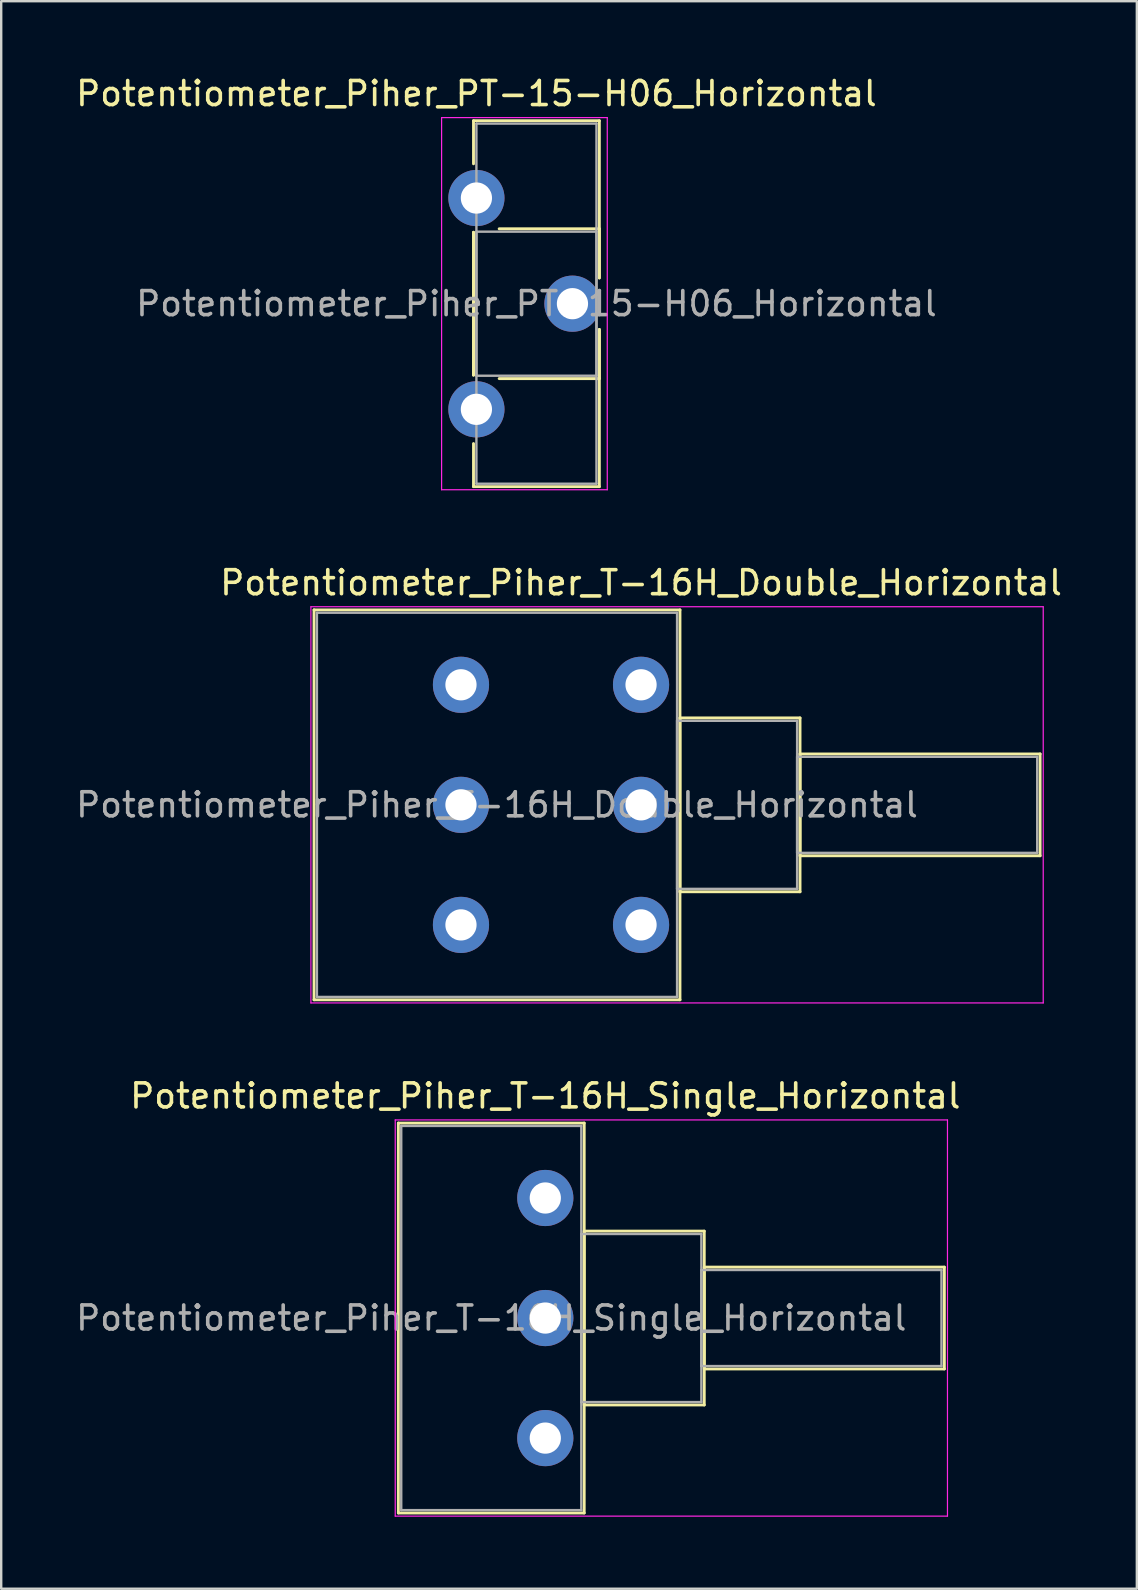
<source format=kicad_pcb>
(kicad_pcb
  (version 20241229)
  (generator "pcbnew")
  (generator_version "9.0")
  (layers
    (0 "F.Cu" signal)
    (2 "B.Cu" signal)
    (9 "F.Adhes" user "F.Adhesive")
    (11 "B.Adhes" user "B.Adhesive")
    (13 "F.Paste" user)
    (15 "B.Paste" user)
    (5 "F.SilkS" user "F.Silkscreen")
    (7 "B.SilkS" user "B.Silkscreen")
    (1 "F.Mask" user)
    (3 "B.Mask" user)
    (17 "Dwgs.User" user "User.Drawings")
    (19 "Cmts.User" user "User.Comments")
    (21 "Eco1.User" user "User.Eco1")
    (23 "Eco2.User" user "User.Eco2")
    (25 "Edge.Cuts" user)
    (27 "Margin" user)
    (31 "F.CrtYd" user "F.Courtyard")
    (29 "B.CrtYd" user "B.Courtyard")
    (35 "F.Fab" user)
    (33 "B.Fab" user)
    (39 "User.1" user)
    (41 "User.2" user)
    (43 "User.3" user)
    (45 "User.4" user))
  (footprint "Potentiometer_Piher_PT-15-H06_Horizontal"
    (layer "F.Cu")
    (at 16.792 5.198)
    (property "Reference" "Potentiometer_Piher_PT-15-H06_Horizontal" (at 0 -4.35 0) (layer "F.SilkS") (effects (font (size 1 1) (thickness 0.15))))
    (attr through_hole)
    (fp_line (start -0.121 -3.22) (end -0.121 -1.426) (stroke (width 0.12) (type solid)) (layer "F.SilkS"))
    (fp_line (start -0.121 -3.22) (end 5.12 -3.22) (stroke (width 0.12) (type solid)) (layer "F.SilkS"))
    (fp_line (start -0.121 1.426) (end -0.121 7.376) (stroke (width 0.12) (type solid)) (layer "F.SilkS"))
    (fp_line (start -0.121 1.426) (end -0.121 7.376) (stroke (width 0.12) (type solid)) (layer "F.SilkS"))
    (fp_line (start -0.121 10.226) (end -0.121 12.02) (stroke (width 0.12) (type solid)) (layer "F.SilkS"))
    (fp_line (start -0.121 12.02) (end 5.12 12.02) (stroke (width 0.12) (type solid)) (layer "F.SilkS"))
    (fp_line (start 0.948 1.281) (end 5.12 1.281) (stroke (width 0.12) (type solid)) (layer "F.SilkS"))
    (fp_line (start 0.948 7.52) (end 5.12 7.52) (stroke (width 0.12) (type solid)) (layer "F.SilkS"))
    (fp_line (start 5.12 -3.22) (end 5.12 3.328) (stroke (width 0.12) (type solid)) (layer "F.SilkS"))
    (fp_line (start 5.12 1.281) (end 5.12 3.328) (stroke (width 0.12) (type solid)) (layer "F.SilkS"))
    (fp_line (start 5.12 5.473) (end 5.12 7.52) (stroke (width 0.12) (type solid)) (layer "F.SilkS"))
    (fp_line (start 5.12 5.473) (end 5.12 12.02) (stroke (width 0.12) (type solid)) (layer "F.SilkS"))
    (fp_line (start -1.45 -3.35) (end -1.45 12.15) (stroke (width 0.05) (type solid)) (layer "F.CrtYd"))
    (fp_line (start -1.45 12.15) (end 5.45 12.15) (stroke (width 0.05) (type solid)) (layer "F.CrtYd"))
    (fp_line (start 5.45 -3.35) (end -1.45 -3.35) (stroke (width 0.05) (type solid)) (layer "F.CrtYd"))
    (fp_line (start 5.45 12.15) (end 5.45 -3.35) (stroke (width 0.05) (type solid)) (layer "F.CrtYd"))
    (fp_line (start 0 -3.1) (end 5 -3.1) (stroke (width 0.1) (type solid)) (layer "F.Fab"))
    (fp_line (start 0 1.4) (end 0 7.4) (stroke (width 0.1) (type solid)) (layer "F.Fab"))
    (fp_line (start 0 7.4) (end 5 7.4) (stroke (width 0.1) (type solid)) (layer "F.Fab"))
    (fp_line (start 0 11.9) (end 0 -3.1) (stroke (width 0.1) (type solid)) (layer "F.Fab"))
    (fp_line (start 5 -3.1) (end 5 11.9) (stroke (width 0.1) (type solid)) (layer "F.Fab"))
    (fp_line (start 5 1.4) (end 0 1.4) (stroke (width 0.1) (type solid)) (layer "F.Fab"))
    (fp_line (start 5 7.4) (end 5 1.4) (stroke (width 0.1) (type solid)) (layer "F.Fab"))
    (fp_line (start 5 11.9) (end 0 11.9) (stroke (width 0.1) (type solid)) (layer "F.Fab"))
    (fp_text user "${REFERENCE}" (at 2.5 4.4 0) (layer "F.Fab") (effects (font (size 1 1) (thickness 0.15))))
    (pad "1" thru_hole circle (at 0 0) (size 2.34 2.34) (drill 1.3) (layers "*.Cu" "*.Mask"))
    (pad "2" thru_hole circle (at 4 4.4) (size 2.34 2.34) (drill 1.3) (layers "*.Cu" "*.Mask"))
    (pad "3" thru_hole circle (at 0 8.8) (size 2.34 2.34) (drill 1.3) (layers "*.Cu" "*.Mask")))
  (footprint "Potentiometer_Piher_T-16H_Double_Horizontal"
    (layer "F.Cu")
    (at 23.649 35.471)
    (property "Reference" "Potentiometer_Piher_T-16H_Double_Horizontal" (at 0 -14.25 0) (layer "F.SilkS") (effects (font (size 1 1) (thickness 0.15))))
    (attr through_hole)
    (fp_line (start -13.62 -13.12) (end -13.62 3.12) (stroke (width 0.12) (type solid)) (layer "F.SilkS"))
    (fp_line (start -13.62 -13.12) (end 1.621 -13.12) (stroke (width 0.12) (type solid)) (layer "F.SilkS"))
    (fp_line (start -13.62 3.12) (end 1.621 3.12) (stroke (width 0.12) (type solid)) (layer "F.SilkS"))
    (fp_line (start 1.621 -13.12) (end 1.621 3.12) (stroke (width 0.12) (type solid)) (layer "F.SilkS"))
    (fp_line (start 1.621 -8.62) (end 1.621 -1.38) (stroke (width 0.12) (type solid)) (layer "F.SilkS"))
    (fp_line (start 1.621 -8.62) (end 6.621 -8.62) (stroke (width 0.12) (type solid)) (layer "F.SilkS"))
    (fp_line (start 1.621 -1.38) (end 6.621 -1.38) (stroke (width 0.12) (type solid)) (layer "F.SilkS"))
    (fp_line (start 6.621 -8.62) (end 6.621 -1.38) (stroke (width 0.12) (type solid)) (layer "F.SilkS"))
    (fp_line (start 6.621 -7.12) (end 6.621 -2.88) (stroke (width 0.12) (type solid)) (layer "F.SilkS"))
    (fp_line (start 6.621 -7.12) (end 16.62 -7.12) (stroke (width 0.12) (type solid)) (layer "F.SilkS"))
    (fp_line (start 6.621 -2.88) (end 16.62 -2.88) (stroke (width 0.12) (type solid)) (layer "F.SilkS"))
    (fp_line (start 16.62 -7.12) (end 16.62 -2.88) (stroke (width 0.12) (type solid)) (layer "F.SilkS"))
    (fp_line (start -13.75 -13.25) (end -13.75 3.25) (stroke (width 0.05) (type solid)) (layer "F.CrtYd"))
    (fp_line (start -13.75 3.25) (end 16.75 3.25) (stroke (width 0.05) (type solid)) (layer "F.CrtYd"))
    (fp_line (start 16.75 -13.25) (end -13.75 -13.25) (stroke (width 0.05) (type solid)) (layer "F.CrtYd"))
    (fp_line (start 16.75 3.25) (end 16.75 -13.25) (stroke (width 0.05) (type solid)) (layer "F.CrtYd"))
    (fp_line (start -13.5 -13) (end -13.5 3) (stroke (width 0.1) (type solid)) (layer "F.Fab"))
    (fp_line (start -13.5 3) (end 1.5 3) (stroke (width 0.1) (type solid)) (layer "F.Fab"))
    (fp_line (start 1.5 -13) (end -13.5 -13) (stroke (width 0.1) (type solid)) (layer "F.Fab"))
    (fp_line (start 1.5 -8.5) (end 1.5 -1.5) (stroke (width 0.1) (type solid)) (layer "F.Fab"))
    (fp_line (start 1.5 -1.5) (end 6.5 -1.5) (stroke (width 0.1) (type solid)) (layer "F.Fab"))
    (fp_line (start 1.5 3) (end 1.5 -13) (stroke (width 0.1) (type solid)) (layer "F.Fab"))
    (fp_line (start 6.5 -8.5) (end 1.5 -8.5) (stroke (width 0.1) (type solid)) (layer "F.Fab"))
    (fp_line (start 6.5 -7) (end 6.5 -3) (stroke (width 0.1) (type solid)) (layer "F.Fab"))
    (fp_line (start 6.5 -3) (end 16.5 -3) (stroke (width 0.1) (type solid)) (layer "F.Fab"))
    (fp_line (start 6.5 -1.5) (end 6.5 -8.5) (stroke (width 0.1) (type solid)) (layer "F.Fab"))
    (fp_line (start 16.5 -7) (end 6.5 -7) (stroke (width 0.1) (type solid)) (layer "F.Fab"))
    (fp_line (start 16.5 -3) (end 16.5 -7) (stroke (width 0.1) (type solid)) (layer "F.Fab"))
    (fp_text user "${REFERENCE}" (at -6 -5 0) (layer "F.Fab") (effects (font (size 1 1) (thickness 0.15))))
    (pad "1" thru_hole circle (at 0 0) (size 2.34 2.34) (drill 1.3) (layers "*.Cu" "*.Mask"))
    (pad "2" thru_hole circle (at 0 -5) (size 2.34 2.34) (drill 1.3) (layers "*.Cu" "*.Mask"))
    (pad "3" thru_hole circle (at 0 -10) (size 2.34 2.34) (drill 1.3) (layers "*.Cu" "*.Mask"))
    (pad "4" thru_hole circle (at -7.5 0) (size 2.34 2.34) (drill 1.3) (layers "*.Cu" "*.Mask"))
    (pad "5" thru_hole circle (at -7.5 -5) (size 2.34 2.34) (drill 1.3) (layers "*.Cu" "*.Mask"))
    (pad "6" thru_hole circle (at -7.5 -10) (size 2.34 2.34) (drill 1.3) (layers "*.Cu" "*.Mask")))
  (footprint "Potentiometer_Piher_T-16H_Single_Horizontal"
    (layer "F.Cu")
    (at 19.661 56.845)
    (property "Reference" "Potentiometer_Piher_T-16H_Single_Horizontal" (at 0 -14.25 0) (layer "F.SilkS") (effects (font (size 1 1) (thickness 0.15))))
    (attr through_hole)
    (fp_line (start -6.12 -13.12) (end -6.12 3.12) (stroke (width 0.12) (type solid)) (layer "F.SilkS"))
    (fp_line (start -6.12 -13.12) (end 1.62 -13.12) (stroke (width 0.12) (type solid)) (layer "F.SilkS"))
    (fp_line (start -6.12 3.12) (end 1.62 3.12) (stroke (width 0.12) (type solid)) (layer "F.SilkS"))
    (fp_line (start 1.62 -13.12) (end 1.62 3.12) (stroke (width 0.12) (type solid)) (layer "F.SilkS"))
    (fp_line (start 1.62 -8.62) (end 1.62 -1.38) (stroke (width 0.12) (type solid)) (layer "F.SilkS"))
    (fp_line (start 1.62 -8.62) (end 6.62 -8.62) (stroke (width 0.12) (type solid)) (layer "F.SilkS"))
    (fp_line (start 1.62 -1.38) (end 6.62 -1.38) (stroke (width 0.12) (type solid)) (layer "F.SilkS"))
    (fp_line (start 6.62 -8.62) (end 6.62 -1.38) (stroke (width 0.12) (type solid)) (layer "F.SilkS"))
    (fp_line (start 6.62 -7.12) (end 6.62 -2.88) (stroke (width 0.12) (type solid)) (layer "F.SilkS"))
    (fp_line (start 6.62 -7.12) (end 16.62 -7.12) (stroke (width 0.12) (type solid)) (layer "F.SilkS"))
    (fp_line (start 6.62 -2.88) (end 16.62 -2.88) (stroke (width 0.12) (type solid)) (layer "F.SilkS"))
    (fp_line (start 16.62 -7.12) (end 16.62 -2.88) (stroke (width 0.12) (type solid)) (layer "F.SilkS"))
    (fp_line (start -6.25 -13.25) (end -6.25 3.25) (stroke (width 0.05) (type solid)) (layer "F.CrtYd"))
    (fp_line (start -6.25 3.25) (end 16.75 3.25) (stroke (width 0.05) (type solid)) (layer "F.CrtYd"))
    (fp_line (start 16.75 -13.25) (end -6.25 -13.25) (stroke (width 0.05) (type solid)) (layer "F.CrtYd"))
    (fp_line (start 16.75 3.25) (end 16.75 -13.25) (stroke (width 0.05) (type solid)) (layer "F.CrtYd"))
    (fp_line (start -6 -13) (end -6 3) (stroke (width 0.1) (type solid)) (layer "F.Fab"))
    (fp_line (start -6 3) (end 1.5 3) (stroke (width 0.1) (type solid)) (layer "F.Fab"))
    (fp_line (start 1.5 -13) (end -6 -13) (stroke (width 0.1) (type solid)) (layer "F.Fab"))
    (fp_line (start 1.5 -8.5) (end 1.5 -1.5) (stroke (width 0.1) (type solid)) (layer "F.Fab"))
    (fp_line (start 1.5 -1.5) (end 6.5 -1.5) (stroke (width 0.1) (type solid)) (layer "F.Fab"))
    (fp_line (start 1.5 3) (end 1.5 -13) (stroke (width 0.1) (type solid)) (layer "F.Fab"))
    (fp_line (start 6.5 -8.5) (end 1.5 -8.5) (stroke (width 0.1) (type solid)) (layer "F.Fab"))
    (fp_line (start 6.5 -7) (end 6.5 -3) (stroke (width 0.1) (type solid)) (layer "F.Fab"))
    (fp_line (start 6.5 -3) (end 16.5 -3) (stroke (width 0.1) (type solid)) (layer "F.Fab"))
    (fp_line (start 6.5 -1.5) (end 6.5 -8.5) (stroke (width 0.1) (type solid)) (layer "F.Fab"))
    (fp_line (start 16.5 -7) (end 6.5 -7) (stroke (width 0.1) (type solid)) (layer "F.Fab"))
    (fp_line (start 16.5 -3) (end 16.5 -7) (stroke (width 0.1) (type solid)) (layer "F.Fab"))
    (fp_text user "${REFERENCE}" (at -2.25 -5 0) (layer "F.Fab") (effects (font (size 1 1) (thickness 0.15))))
    (pad "1" thru_hole circle (at 0 0) (size 2.34 2.34) (drill 1.3) (layers "*.Cu" "*.Mask"))
    (pad "2" thru_hole circle (at 0 -5) (size 2.34 2.34) (drill 1.3) (layers "*.Cu" "*.Mask"))
    (pad "3" thru_hole circle (at 0 -10) (size 2.34 2.34) (drill 1.3) (layers "*.Cu" "*.Mask")))
  (gr_rect
    (start -3 -3)
    (end 44.298 63.12)
    (stroke (width 0.1) (type default))
    (fill no)
    (layer "Edge.Cuts")))
</source>
